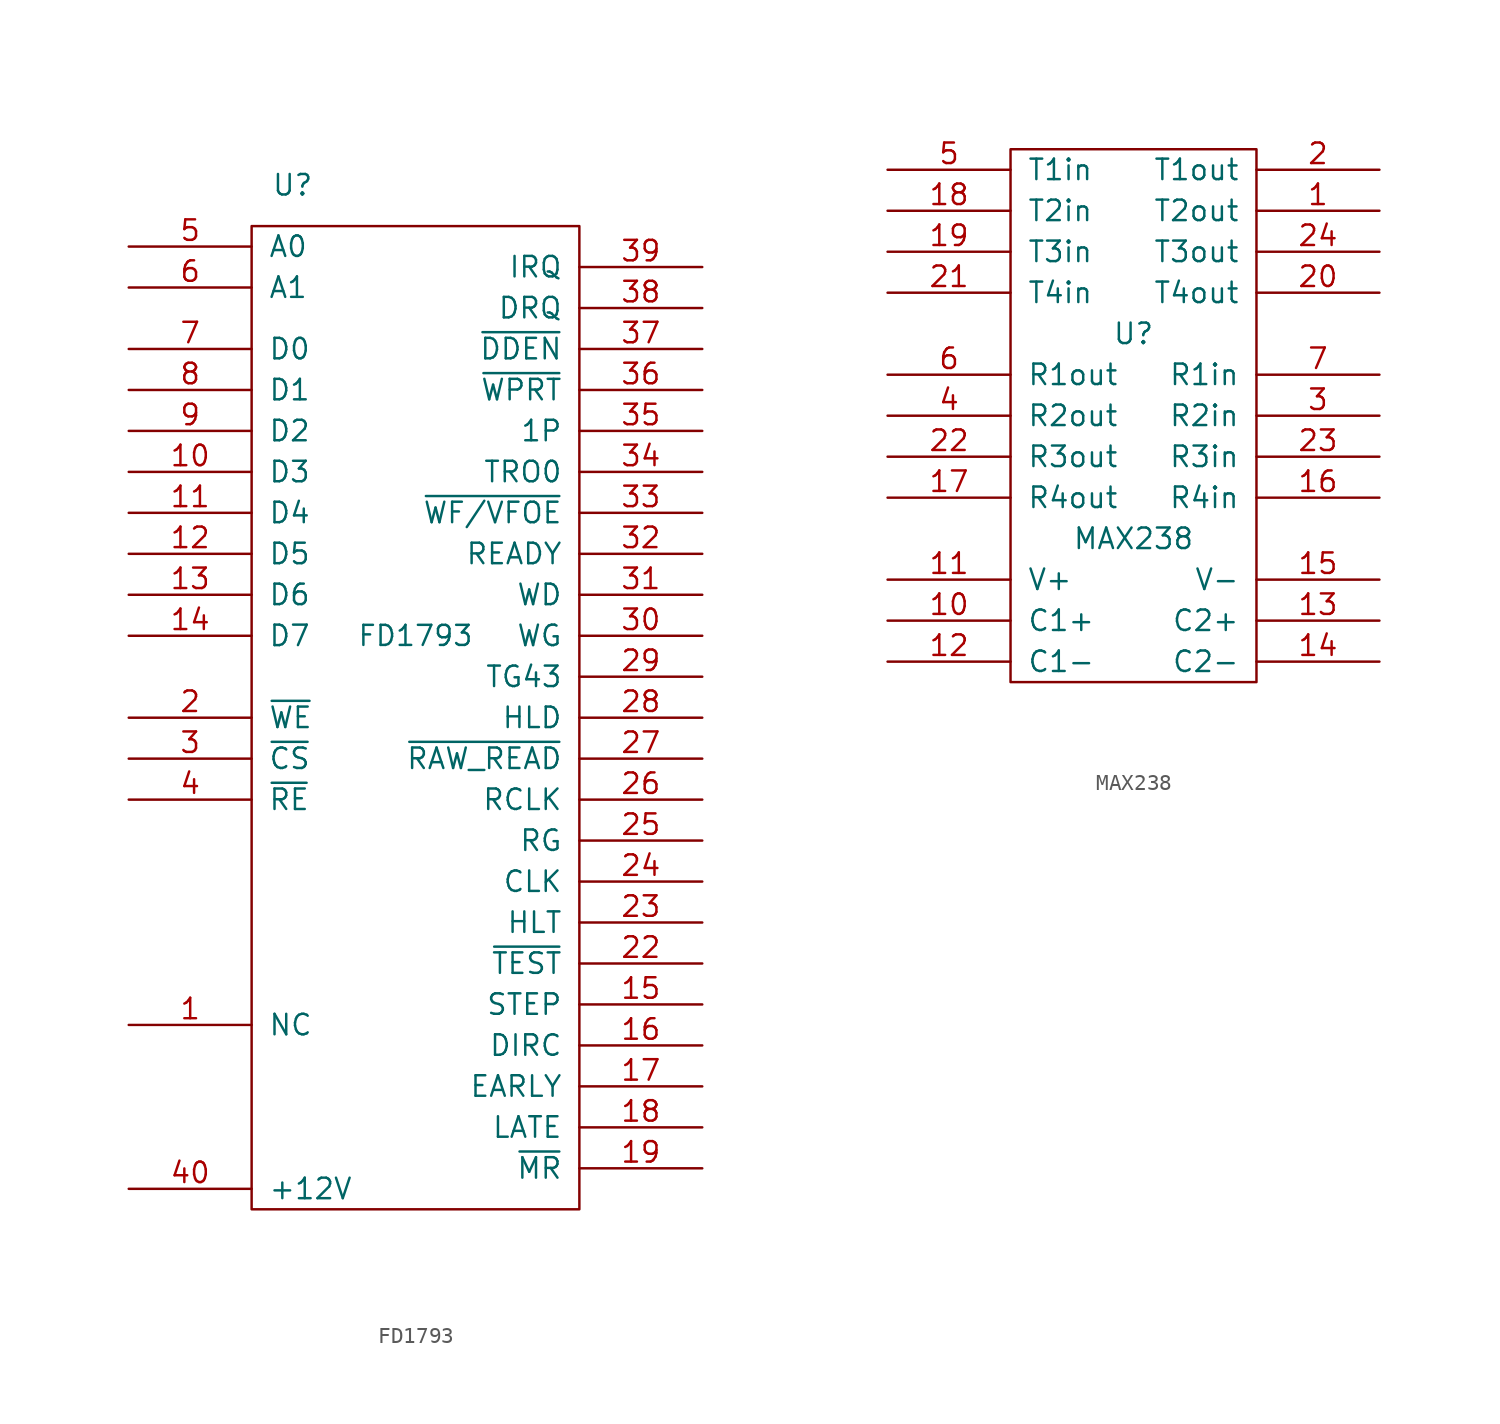
<source format=kicad_sym>
(kicad_symbol_lib
  (version 20231120)
  (generator "kicad_symbol_editor")
  (generator_version "8.0")
  (symbol "FD1793"
    (pin_names
      (offset 1.016))
    (property "Reference" "U"
      (at -7.62 26.67 0)
      (effects (font (size 1.27 1.27))))
    (property "Value" "FD1793"
      (at 0 -1.27 0)
      (effects (font (size 1.245 1.245))))
    (property "Footprint" ""
      (at 0 0 0)
      (effects (font (size 1.27 1.27))))
    (property "Datasheet" ""
      (at 0 0 0)
      (effects (font (size 1.27 1.27))))
    (symbol "FD1793_0_0"
      (pin power_in line (at 0 -36.83 90) (length 1.27) hide (name "GND" (effects (font (size 1.27 1.27)))) (number "20" (effects (font (size 1.27 1.27)))))
      (pin power_in line (at 0 25.4 270) (length 1.27) hide (name "VCC" (effects (font (size 1.27 1.27)))) (number "21" (effects (font (size 1.27 1.27))))))
    (symbol "FD1793_0_1"
      (rectangle (start -10.16 24.13) (end 10.16 -36.83) (stroke (width 0) (type solid)) (fill (type none))))
    (symbol "FD1793_1_1"
      (pin input line (at -17.78 -25.4 0) (length 7.62) (name "NC" (effects (font (size 1.27 1.27)))) (number "1" (effects (font (size 1.27 1.27)))))
      (pin tri_state line (at -17.78 8.89 0) (length 7.62) (name "D3" (effects (font (size 1.27 1.27)))) (number "10" (effects (font (size 1.27 1.27)))))
      (pin tri_state line (at -17.78 6.35 0) (length 7.62) (name "D4" (effects (font (size 1.27 1.27)))) (number "11" (effects (font (size 1.27 1.27)))))
      (pin tri_state line (at -17.78 3.81 0) (length 7.62) (name "D5" (effects (font (size 1.27 1.27)))) (number "12" (effects (font (size 1.27 1.27)))))
      (pin tri_state line (at -17.78 1.27 0) (length 7.62) (name "D6" (effects (font (size 1.27 1.27)))) (number "13" (effects (font (size 1.27 1.27)))))
      (pin tri_state line (at -17.78 -1.27 0) (length 7.62) (name "D7" (effects (font (size 1.27 1.27)))) (number "14" (effects (font (size 1.27 1.27)))))
      (pin input line (at 17.78 -24.13 180) (length 7.62) (name "STEP" (effects (font (size 1.27 1.27)))) (number "15" (effects (font (size 1.27 1.27)))))
      (pin input line (at 17.78 -26.67 180) (length 7.62) (name "DIRC" (effects (font (size 1.27 1.27)))) (number "16" (effects (font (size 1.27 1.27)))))
      (pin input line (at 17.78 -29.21 180) (length 7.62) (name "EARLY" (effects (font (size 1.27 1.27)))) (number "17" (effects (font (size 1.27 1.27)))))
      (pin input line (at 17.78 -31.75 180) (length 7.62) (name "LATE" (effects (font (size 1.27 1.27)))) (number "18" (effects (font (size 1.27 1.27)))))
      (pin input line (at 17.78 -34.29 180) (length 7.62) (name "~{MR}" (effects (font (size 1.27 1.27)))) (number "19" (effects (font (size 1.27 1.27)))))
      (pin input line (at -17.78 -6.35 0) (length 7.62) (name "~{WE}" (effects (font (size 1.27 1.27)))) (number "2" (effects (font (size 1.27 1.27)))))
      (pin input line (at 17.78 -21.59 180) (length 7.62) (name "~{TEST}" (effects (font (size 1.27 1.27)))) (number "22" (effects (font (size 1.27 1.27)))))
      (pin input line (at 17.78 -19.05 180) (length 7.62) (name "HLT" (effects (font (size 1.27 1.27)))) (number "23" (effects (font (size 1.27 1.27)))))
      (pin input line (at 17.78 -16.51 180) (length 7.62) (name "CLK" (effects (font (size 1.27 1.27)))) (number "24" (effects (font (size 1.27 1.27)))))
      (pin input line (at 17.78 -13.97 180) (length 7.62) (name "RG" (effects (font (size 1.27 1.27)))) (number "25" (effects (font (size 1.27 1.27)))))
      (pin input line (at 17.78 -11.43 180) (length 7.62) (name "RCLK" (effects (font (size 1.27 1.27)))) (number "26" (effects (font (size 1.27 1.27)))))
      (pin input line (at 17.78 -8.89 180) (length 7.62) (name "~{RAW_READ}" (effects (font (size 1.27 1.27)))) (number "27" (effects (font (size 1.27 1.27)))))
      (pin input line (at 17.78 -6.35 180) (length 7.62) (name "HLD" (effects (font (size 1.27 1.27)))) (number "28" (effects (font (size 1.27 1.27)))))
      (pin input line (at 17.78 -3.81 180) (length 7.62) (name "TG43" (effects (font (size 1.27 1.27)))) (number "29" (effects (font (size 1.27 1.27)))))
      (pin input line (at -17.78 -8.89 0) (length 7.62) (name "~{CS}" (effects (font (size 1.27 1.27)))) (number "3" (effects (font (size 1.27 1.27)))))
      (pin input line (at 17.78 -1.27 180) (length 7.62) (name "WG" (effects (font (size 1.27 1.27)))) (number "30" (effects (font (size 1.27 1.27)))))
      (pin input line (at 17.78 1.27 180) (length 7.62) (name "WD" (effects (font (size 1.27 1.27)))) (number "31" (effects (font (size 1.27 1.27)))))
      (pin input line (at 17.78 3.81 180) (length 7.62) (name "READY" (effects (font (size 1.27 1.27)))) (number "32" (effects (font (size 1.27 1.27)))))
      (pin input line (at 17.78 6.35 180) (length 7.62) (name "~{WF/VFOE}" (effects (font (size 1.27 1.27)))) (number "33" (effects (font (size 1.27 1.27)))))
      (pin input line (at 17.78 8.89 180) (length 7.62) (name "TRO0" (effects (font (size 1.27 1.27)))) (number "34" (effects (font (size 1.27 1.27)))))
      (pin input line (at 17.78 11.43 180) (length 7.62) (name "1P" (effects (font (size 1.27 1.27)))) (number "35" (effects (font (size 1.27 1.27)))))
      (pin input line (at 17.78 13.97 180) (length 7.62) (name "~{WPRT}" (effects (font (size 1.27 1.27)))) (number "36" (effects (font (size 1.27 1.27)))))
      (pin input line (at 17.78 16.51 180) (length 7.62) (name "~{DDEN}" (effects (font (size 1.27 1.27)))) (number "37" (effects (font (size 1.27 1.27)))))
      (pin input line (at 17.78 19.05 180) (length 7.62) (name "DRQ" (effects (font (size 1.27 1.27)))) (number "38" (effects (font (size 1.27 1.27)))))
      (pin input line (at 17.78 21.59 180) (length 7.62) (name "IRQ" (effects (font (size 1.27 1.27)))) (number "39" (effects (font (size 1.27 1.27)))))
      (pin input line (at -17.78 -11.43 0) (length 7.62) (name "~{RE}" (effects (font (size 1.27 1.27)))) (number "4" (effects (font (size 1.27 1.27)))))
      (pin input line (at -17.78 -35.56 0) (length 7.62) (name "+12V" (effects (font (size 1.27 1.27)))) (number "40" (effects (font (size 1.27 1.27)))))
      (pin input line (at -17.78 22.86 0) (length 7.62) (name "A0" (effects (font (size 1.27 1.27)))) (number "5" (effects (font (size 1.27 1.27)))))
      (pin input line (at -17.78 20.32 0) (length 7.62) (name "A1" (effects (font (size 1.27 1.27)))) (number "6" (effects (font (size 1.27 1.27)))))
      (pin tri_state line (at -17.78 16.51 0) (length 7.62) (name "D0" (effects (font (size 1.27 1.27)))) (number "7" (effects (font (size 1.27 1.27)))))
      (pin tri_state line (at -17.78 13.97 0) (length 7.62) (name "D1" (effects (font (size 1.27 1.27)))) (number "8" (effects (font (size 1.27 1.27)))))
      (pin tri_state line (at -17.78 11.43 0) (length 7.62) (name "D2" (effects (font (size 1.27 1.27)))) (number "9" (effects (font (size 1.27 1.27)))))))
  (symbol "MAX238"
    (pin_names
      (offset 1.016))
    (property "Reference" "U"
      (at 0 12.7 0)
      (effects (font (size 1.27 1.27))))
    (property "Value" "MAX238"
      (at 0 0 0)
      (effects (font (size 1.27 1.27))))
    (property "Footprint" ""
      (at 2.54 0 0)
      (effects (font (size 1.27 1.27))))
    (property "Datasheet" ""
      (at 2.54 0 0)
      (effects (font (size 1.27 1.27))))
    (symbol "MAX238_0_0"
      (pin power_in line (at 0 -10.16 90) (length 1.27) hide (name "GND" (effects (font (size 1.27 1.27)))) (number "8" (effects (font (size 1.27 1.27)))))
      (pin power_in line (at 0 25.4 270) (length 1.27) hide (name "VCC" (effects (font (size 1.27 1.27)))) (number "9" (effects (font (size 1.27 1.27))))))
    (symbol "MAX238_0_1"
      (rectangle (start -7.62 24.13) (end 7.62 -8.89) (stroke (width 0) (type solid)) (fill (type none))))
    (symbol "MAX238_1_1"
      (pin output line (at 15.24 20.32 180) (length 7.62) (name "T2out" (effects (font (size 1.27 1.27)))) (number "1" (effects (font (size 1.27 1.27)))))
      (pin input line (at -15.24 -5.08 0) (length 7.62) (name "C1+" (effects (font (size 1.27 1.27)))) (number "10" (effects (font (size 1.27 1.27)))))
      (pin input line (at -15.24 -2.54 0) (length 7.62) (name "V+" (effects (font (size 1.27 1.27)))) (number "11" (effects (font (size 1.27 1.27)))))
      (pin input line (at -15.24 -7.62 0) (length 7.62) (name "C1-" (effects (font (size 1.27 1.27)))) (number "12" (effects (font (size 1.27 1.27)))))
      (pin input line (at 15.24 -5.08 180) (length 7.62) (name "C2+" (effects (font (size 1.27 1.27)))) (number "13" (effects (font (size 1.27 1.27)))))
      (pin input line (at 15.24 -7.62 180) (length 7.62) (name "C2-" (effects (font (size 1.27 1.27)))) (number "14" (effects (font (size 1.27 1.27)))))
      (pin input line (at 15.24 -2.54 180) (length 7.62) (name "V-" (effects (font (size 1.27 1.27)))) (number "15" (effects (font (size 1.27 1.27)))))
      (pin output line (at 15.24 2.54 180) (length 7.62) (name "R4in" (effects (font (size 1.27 1.27)))) (number "16" (effects (font (size 1.27 1.27)))))
      (pin input line (at -15.24 2.54 0) (length 7.62) (name "R4out" (effects (font (size 1.27 1.27)))) (number "17" (effects (font (size 1.27 1.27)))))
      (pin input line (at -15.24 20.32 0) (length 7.62) (name "T2in" (effects (font (size 1.27 1.27)))) (number "18" (effects (font (size 1.27 1.27)))))
      (pin input line (at -15.24 17.78 0) (length 7.62) (name "T3in" (effects (font (size 1.27 1.27)))) (number "19" (effects (font (size 1.27 1.27)))))
      (pin output line (at 15.24 22.86 180) (length 7.62) (name "T1out" (effects (font (size 1.27 1.27)))) (number "2" (effects (font (size 1.27 1.27)))))
      (pin output line (at 15.24 15.24 180) (length 7.62) (name "T4out" (effects (font (size 1.27 1.27)))) (number "20" (effects (font (size 1.27 1.27)))))
      (pin input line (at -15.24 15.24 0) (length 7.62) (name "T4in" (effects (font (size 1.27 1.27)))) (number "21" (effects (font (size 1.27 1.27)))))
      (pin output line (at -15.24 5.08 0) (length 7.62) (name "R3out" (effects (font (size 1.27 1.27)))) (number "22" (effects (font (size 1.27 1.27)))))
      (pin input line (at 15.24 5.08 180) (length 7.62) (name "R3in" (effects (font (size 1.27 1.27)))) (number "23" (effects (font (size 1.27 1.27)))))
      (pin output line (at 15.24 17.78 180) (length 7.62) (name "T3out" (effects (font (size 1.27 1.27)))) (number "24" (effects (font (size 1.27 1.27)))))
      (pin input line (at 15.24 7.62 180) (length 7.62) (name "R2in" (effects (font (size 1.27 1.27)))) (number "3" (effects (font (size 1.27 1.27)))))
      (pin output line (at -15.24 7.62 0) (length 7.62) (name "R2out" (effects (font (size 1.27 1.27)))) (number "4" (effects (font (size 1.27 1.27)))))
      (pin input line (at -15.24 22.86 0) (length 7.62) (name "T1in" (effects (font (size 1.27 1.27)))) (number "5" (effects (font (size 1.27 1.27)))))
      (pin output line (at -15.24 10.16 0) (length 7.62) (name "R1out" (effects (font (size 1.27 1.27)))) (number "6" (effects (font (size 1.27 1.27)))))
      (pin input line (at 15.24 10.16 180) (length 7.62) (name "R1in" (effects (font (size 1.27 1.27)))) (number "7" (effects (font (size 1.27 1.27))))))))
</source>
